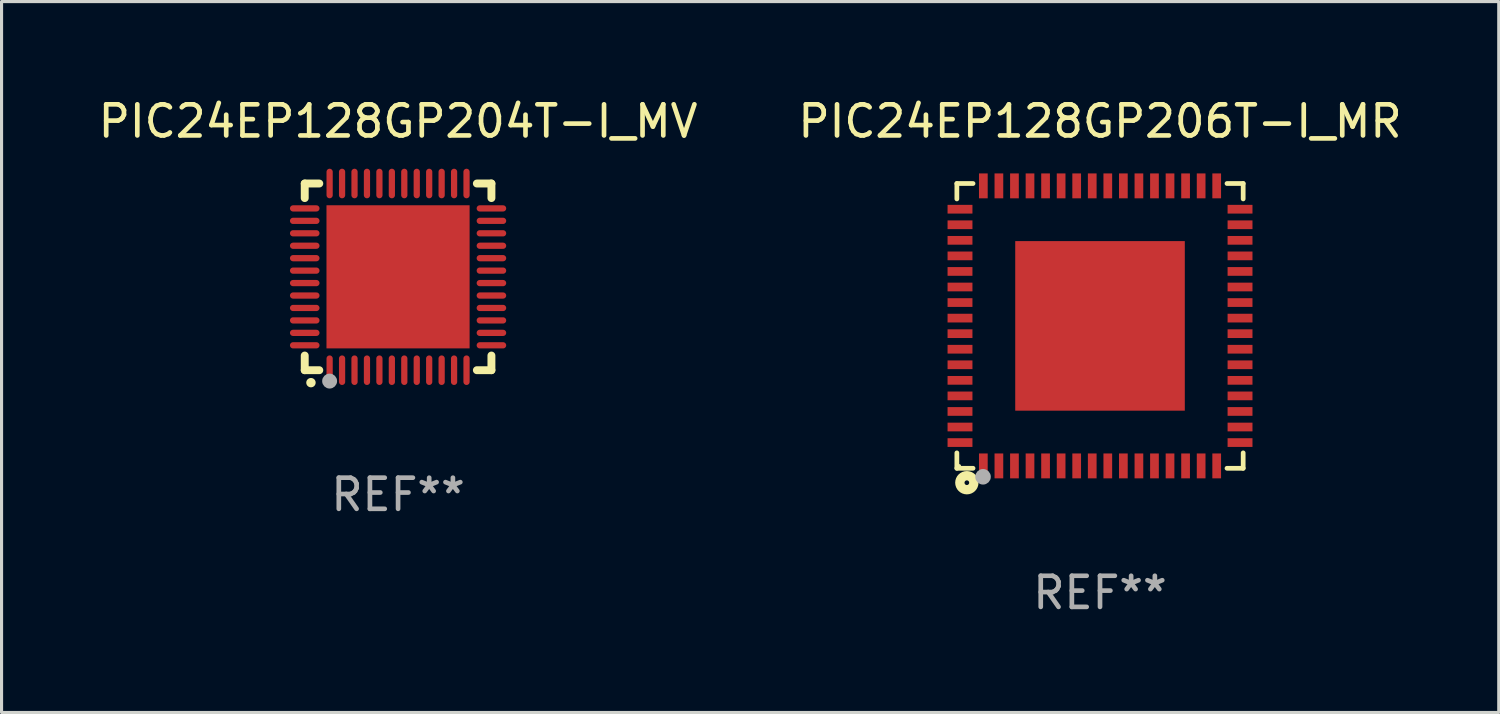
<source format=kicad_pcb>
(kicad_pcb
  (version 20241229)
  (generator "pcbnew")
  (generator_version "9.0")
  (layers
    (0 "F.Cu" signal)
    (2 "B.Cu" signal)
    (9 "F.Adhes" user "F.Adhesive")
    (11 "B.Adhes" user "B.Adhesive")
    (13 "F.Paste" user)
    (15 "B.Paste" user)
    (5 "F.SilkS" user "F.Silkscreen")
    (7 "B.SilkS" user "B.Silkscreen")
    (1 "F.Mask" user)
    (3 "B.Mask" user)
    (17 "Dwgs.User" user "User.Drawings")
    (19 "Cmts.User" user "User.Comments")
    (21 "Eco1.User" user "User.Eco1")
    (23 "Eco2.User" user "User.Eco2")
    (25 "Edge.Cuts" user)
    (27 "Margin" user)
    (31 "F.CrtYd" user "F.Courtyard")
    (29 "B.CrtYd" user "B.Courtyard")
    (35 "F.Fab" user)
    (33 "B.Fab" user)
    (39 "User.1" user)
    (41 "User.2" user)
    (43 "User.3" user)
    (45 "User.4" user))
  (footprint "PIC24EP128GP206T-I_MR"
    (layer "F.Cu")
    (at 32.304 7.424)
    (property "Reference" "PIC24EP128GP206T-I_MR" (at 0 -6.576 0) (layer "F.SilkS") (effects (font (size 1 1) (thickness 0.15))))
    (attr through_hole)
    (fp_line (start -4.601 -4.576) (end -4.081 -4.576) (stroke (width 0.152) (type solid)) (layer "F.SilkS"))
    (fp_line (start -4.601 -4.081) (end -4.601 -4.576) (stroke (width 0.152) (type solid)) (layer "F.SilkS"))
    (fp_line (start -4.601 4.081) (end -4.601 4.576) (stroke (width 0.152) (type solid)) (layer "F.SilkS"))
    (fp_line (start -4.601 4.576) (end -4.081 4.576) (stroke (width 0.152) (type solid)) (layer "F.SilkS"))
    (fp_line (start 4.601 -4.576) (end 4.081 -4.576) (stroke (width 0.152) (type solid)) (layer "F.SilkS"))
    (fp_line (start 4.601 -4.081) (end 4.601 -4.576) (stroke (width 0.152) (type solid)) (layer "F.SilkS"))
    (fp_line (start 4.601 4.081) (end 4.601 4.576) (stroke (width 0.152) (type solid)) (layer "F.SilkS"))
    (fp_line (start 4.601 4.576) (end 4.081 4.576) (stroke (width 0.152) (type solid)) (layer "F.SilkS"))
    (fp_circle (center -4.525 4.5) (end -4.495 4.5) (stroke (width 0.06) (type solid)) (fill no) (layer "F.SilkS"))
    (fp_circle (center -4.28 5.04) (end -4.205 5.04) (stroke (width 0.3) (type solid)) (fill no) (layer "F.SilkS"))
    (fp_circle (center -3.76 4.85) (end -3.635 4.85) (stroke (width 0.25) (type solid)) (fill no) (layer "F.Fab"))
    (fp_text user "REF**" (at 0 8.576 0) (layer "F.Fab") (effects (font (size 1 1) (thickness 0.15))))
    (pad "1" smd rect (at -3.75 4.5) (size 0.28 0.8) (layers "F.Cu" "F.Mask" "F.Paste"))
    (pad "2" smd rect (at -3.25 4.5) (size 0.28 0.8) (layers "F.Cu" "F.Mask" "F.Paste"))
    (pad "3" smd rect (at -2.75 4.5) (size 0.28 0.8) (layers "F.Cu" "F.Mask" "F.Paste"))
    (pad "4" smd rect (at -2.25 4.5) (size 0.28 0.8) (layers "F.Cu" "F.Mask" "F.Paste"))
    (pad "5" smd rect (at -1.75 4.5) (size 0.28 0.8) (layers "F.Cu" "F.Mask" "F.Paste"))
    (pad "6" smd rect (at -1.25 4.5) (size 0.28 0.8) (layers "F.Cu" "F.Mask" "F.Paste"))
    (pad "7" smd rect (at -0.75 4.5) (size 0.28 0.8) (layers "F.Cu" "F.Mask" "F.Paste"))
    (pad "8" smd rect (at -0.25 4.5) (size 0.28 0.8) (layers "F.Cu" "F.Mask" "F.Paste"))
    (pad "9" smd rect (at 0.25 4.5) (size 0.28 0.8) (layers "F.Cu" "F.Mask" "F.Paste"))
    (pad "10" smd rect (at 0.75 4.5) (size 0.28 0.8) (layers "F.Cu" "F.Mask" "F.Paste"))
    (pad "11" smd rect (at 1.25 4.5) (size 0.28 0.8) (layers "F.Cu" "F.Mask" "F.Paste"))
    (pad "12" smd rect (at 1.75 4.5) (size 0.28 0.8) (layers "F.Cu" "F.Mask" "F.Paste"))
    (pad "13" smd rect (at 2.25 4.5) (size 0.28 0.8) (layers "F.Cu" "F.Mask" "F.Paste"))
    (pad "14" smd rect (at 2.75 4.5) (size 0.28 0.8) (layers "F.Cu" "F.Mask" "F.Paste"))
    (pad "15" smd rect (at 3.25 4.5) (size 0.28 0.8) (layers "F.Cu" "F.Mask" "F.Paste"))
    (pad "16" smd rect (at 3.75 4.5) (size 0.28 0.8) (layers "F.Cu" "F.Mask" "F.Paste"))
    (pad "17" smd rect (at 4.5 3.75) (size 0.8 0.28) (layers "F.Cu" "F.Mask" "F.Paste"))
    (pad "18" smd rect (at 4.5 3.25) (size 0.8 0.28) (layers "F.Cu" "F.Mask" "F.Paste"))
    (pad "19" smd rect (at 4.5 2.75) (size 0.8 0.28) (layers "F.Cu" "F.Mask" "F.Paste"))
    (pad "20" smd rect (at 4.5 2.25) (size 0.8 0.28) (layers "F.Cu" "F.Mask" "F.Paste"))
    (pad "21" smd rect (at 4.5 1.75) (size 0.8 0.28) (layers "F.Cu" "F.Mask" "F.Paste"))
    (pad "22" smd rect (at 4.5 1.25) (size 0.8 0.28) (layers "F.Cu" "F.Mask" "F.Paste"))
    (pad "23" smd rect (at 4.5 0.75) (size 0.8 0.28) (layers "F.Cu" "F.Mask" "F.Paste"))
    (pad "24" smd rect (at 4.5 0.25) (size 0.8 0.28) (layers "F.Cu" "F.Mask" "F.Paste"))
    (pad "25" smd rect (at 4.5 -0.25) (size 0.8 0.28) (layers "F.Cu" "F.Mask" "F.Paste"))
    (pad "26" smd rect (at 4.5 -0.75) (size 0.8 0.28) (layers "F.Cu" "F.Mask" "F.Paste"))
    (pad "27" smd rect (at 4.5 -1.25) (size 0.8 0.28) (layers "F.Cu" "F.Mask" "F.Paste"))
    (pad "28" smd rect (at 4.5 -1.75) (size 0.8 0.28) (layers "F.Cu" "F.Mask" "F.Paste"))
    (pad "29" smd rect (at 4.5 -2.25) (size 0.8 0.28) (layers "F.Cu" "F.Mask" "F.Paste"))
    (pad "30" smd rect (at 4.5 -2.75) (size 0.8 0.28) (layers "F.Cu" "F.Mask" "F.Paste"))
    (pad "31" smd rect (at 4.5 -3.25) (size 0.8 0.28) (layers "F.Cu" "F.Mask" "F.Paste"))
    (pad "32" smd rect (at 4.5 -3.75) (size 0.8 0.28) (layers "F.Cu" "F.Mask" "F.Paste"))
    (pad "33" smd rect (at 3.75 -4.5) (size 0.28 0.8) (layers "F.Cu" "F.Mask" "F.Paste"))
    (pad "34" smd rect (at 3.25 -4.5) (size 0.28 0.8) (layers "F.Cu" "F.Mask" "F.Paste"))
    (pad "35" smd rect (at 2.75 -4.5) (size 0.28 0.8) (layers "F.Cu" "F.Mask" "F.Paste"))
    (pad "36" smd rect (at 2.25 -4.5) (size 0.28 0.8) (layers "F.Cu" "F.Mask" "F.Paste"))
    (pad "37" smd rect (at 1.75 -4.5) (size 0.28 0.8) (layers "F.Cu" "F.Mask" "F.Paste"))
    (pad "38" smd rect (at 1.25 -4.5) (size 0.28 0.8) (layers "F.Cu" "F.Mask" "F.Paste"))
    (pad "39" smd rect (at 0.75 -4.5) (size 0.28 0.8) (layers "F.Cu" "F.Mask" "F.Paste"))
    (pad "40" smd rect (at 0.25 -4.5) (size 0.28 0.8) (layers "F.Cu" "F.Mask" "F.Paste"))
    (pad "41" smd rect (at -0.25 -4.5) (size 0.28 0.8) (layers "F.Cu" "F.Mask" "F.Paste"))
    (pad "42" smd rect (at -0.75 -4.5) (size 0.28 0.8) (layers "F.Cu" "F.Mask" "F.Paste"))
    (pad "43" smd rect (at -1.25 -4.5) (size 0.28 0.8) (layers "F.Cu" "F.Mask" "F.Paste"))
    (pad "44" smd rect (at -1.75 -4.5) (size 0.28 0.8) (layers "F.Cu" "F.Mask" "F.Paste"))
    (pad "45" smd rect (at -2.25 -4.5) (size 0.28 0.8) (layers "F.Cu" "F.Mask" "F.Paste"))
    (pad "46" smd rect (at -2.75 -4.5) (size 0.28 0.8) (layers "F.Cu" "F.Mask" "F.Paste"))
    (pad "47" smd rect (at -3.25 -4.5) (size 0.28 0.8) (layers "F.Cu" "F.Mask" "F.Paste"))
    (pad "48" smd rect (at -3.75 -4.5) (size 0.28 0.8) (layers "F.Cu" "F.Mask" "F.Paste"))
    (pad "49" smd rect (at -4.5 -3.75) (size 0.8 0.28) (layers "F.Cu" "F.Mask" "F.Paste"))
    (pad "50" smd rect (at -4.5 -3.25) (size 0.8 0.28) (layers "F.Cu" "F.Mask" "F.Paste"))
    (pad "51" smd rect (at -4.5 -2.75) (size 0.8 0.28) (layers "F.Cu" "F.Mask" "F.Paste"))
    (pad "52" smd rect (at -4.5 -2.25) (size 0.8 0.28) (layers "F.Cu" "F.Mask" "F.Paste"))
    (pad "53" smd rect (at -4.5 -1.75) (size 0.8 0.28) (layers "F.Cu" "F.Mask" "F.Paste"))
    (pad "54" smd rect (at -4.5 -1.25) (size 0.8 0.28) (layers "F.Cu" "F.Mask" "F.Paste"))
    (pad "55" smd rect (at -4.5 -0.75) (size 0.8 0.28) (layers "F.Cu" "F.Mask" "F.Paste"))
    (pad "56" smd rect (at -4.5 -0.25) (size 0.8 0.28) (layers "F.Cu" "F.Mask" "F.Paste"))
    (pad "57" smd rect (at -4.5 0.25) (size 0.8 0.28) (layers "F.Cu" "F.Mask" "F.Paste"))
    (pad "58" smd rect (at -4.5 0.75) (size 0.8 0.28) (layers "F.Cu" "F.Mask" "F.Paste"))
    (pad "59" smd rect (at -4.5 1.25) (size 0.8 0.28) (layers "F.Cu" "F.Mask" "F.Paste"))
    (pad "60" smd rect (at -4.5 1.75) (size 0.8 0.28) (layers "F.Cu" "F.Mask" "F.Paste"))
    (pad "61" smd rect (at -4.5 2.25) (size 0.8 0.28) (layers "F.Cu" "F.Mask" "F.Paste"))
    (pad "62" smd rect (at -4.5 2.75) (size 0.8 0.28) (layers "F.Cu" "F.Mask" "F.Paste"))
    (pad "63" smd rect (at -4.5 3.25) (size 0.8 0.28) (layers "F.Cu" "F.Mask" "F.Paste"))
    (pad "64" smd rect (at -4.5 3.75) (size 0.8 0.28) (layers "F.Cu" "F.Mask" "F.Paste"))
    (pad "65" smd rect (at 0 0) (size 5.45 5.45) (layers "F.Cu" "F.Mask" "F.Paste")))
  (footprint "PIC24EP128GP204T-I_MV"
    (layer "F.Cu")
    (at 9.744 5.848)
    (property "Reference" "PIC24EP128GP204T-I_MV" (at 0 -5 0) (layer "F.SilkS") (effects (font (size 1 1) (thickness 0.15))))
    (attr through_hole)
    (fp_line (start -3 -3) (end -2.532 -3) (stroke (width 0.254) (type solid)) (layer "F.SilkS"))
    (fp_line (start -3 -2.532) (end -3 -3) (stroke (width 0.254) (type solid)) (layer "F.SilkS"))
    (fp_line (start -3 3) (end -3 2.529) (stroke (width 0.254) (type solid)) (layer "F.SilkS"))
    (fp_line (start -2.532 3) (end -3 3) (stroke (width 0.254) (type solid)) (layer "F.SilkS"))
    (fp_line (start 2.532 -3) (end 3 -3) (stroke (width 0.254) (type solid)) (layer "F.SilkS"))
    (fp_line (start 3 -3) (end 3 -2.532) (stroke (width 0.254) (type solid)) (layer "F.SilkS"))
    (fp_line (start 3 2.529) (end 3 3) (stroke (width 0.254) (type solid)) (layer "F.SilkS"))
    (fp_line (start 3 3) (end 2.532 3) (stroke (width 0.254) (type solid)) (layer "F.SilkS"))
    (fp_arc (start -2.801295 3.400025) (mid -2.800025 3.40002) (end -2.798755 3.400025) (stroke (width 0.3) (type solid)) (layer "F.SilkS"))
    (fp_circle (center -3 3) (end -2.97 3) (stroke (width 0.06) (type solid)) (fill no) (layer "F.SilkS"))
    (fp_circle (center -2.2 3.35) (end -2.08 3.35) (stroke (width 0.24) (type solid)) (fill no) (layer "F.Fab"))
    (fp_text user "REF**" (at 0 7 0) (layer "F.Fab") (effects (font (size 1 1) (thickness 0.15))))
    (pad "1" smd oval (at -2.2 3) (size 0.2 0.95) (layers "F.Cu" "F.Mask" "F.Paste"))
    (pad "2" smd oval (at -1.8 3) (size 0.2 0.95) (layers "F.Cu" "F.Mask" "F.Paste"))
    (pad "3" smd oval (at -1.4 3) (size 0.2 0.95) (layers "F.Cu" "F.Mask" "F.Paste"))
    (pad "4" smd oval (at -1 3) (size 0.2 0.95) (layers "F.Cu" "F.Mask" "F.Paste"))
    (pad "5" smd oval (at -0.6 3) (size 0.2 0.95) (layers "F.Cu" "F.Mask" "F.Paste"))
    (pad "6" smd oval (at -0.2 3) (size 0.2 0.95) (layers "F.Cu" "F.Mask" "F.Paste"))
    (pad "7" smd oval (at 0.2 3) (size 0.2 0.95) (layers "F.Cu" "F.Mask" "F.Paste"))
    (pad "8" smd oval (at 0.6 3) (size 0.2 0.95) (layers "F.Cu" "F.Mask" "F.Paste"))
    (pad "9" smd oval (at 1 3) (size 0.2 0.95) (layers "F.Cu" "F.Mask" "F.Paste"))
    (pad "10" smd oval (at 1.4 3) (size 0.2 0.95) (layers "F.Cu" "F.Mask" "F.Paste"))
    (pad "11" smd oval (at 1.8 3) (size 0.2 0.95) (layers "F.Cu" "F.Mask" "F.Paste"))
    (pad "12" smd oval (at 2.2 3) (size 0.2 0.95) (layers "F.Cu" "F.Mask" "F.Paste"))
    (pad "13" smd oval (at 3 2.2 90) (size 0.2 0.95) (layers "F.Cu" "F.Mask" "F.Paste"))
    (pad "14" smd oval (at 3 1.8 90) (size 0.2 0.95) (layers "F.Cu" "F.Mask" "F.Paste"))
    (pad "15" smd oval (at 3 1.4 90) (size 0.2 0.95) (layers "F.Cu" "F.Mask" "F.Paste"))
    (pad "16" smd oval (at 3 1 90) (size 0.2 0.95) (layers "F.Cu" "F.Mask" "F.Paste"))
    (pad "17" smd oval (at 3 0.6 90) (size 0.2 0.95) (layers "F.Cu" "F.Mask" "F.Paste"))
    (pad "18" smd oval (at 3 0.2 90) (size 0.2 0.95) (layers "F.Cu" "F.Mask" "F.Paste"))
    (pad "19" smd oval (at 3 -0.2 90) (size 0.2 0.95) (layers "F.Cu" "F.Mask" "F.Paste"))
    (pad "20" smd oval (at 3 -0.6 90) (size 0.2 0.95) (layers "F.Cu" "F.Mask" "F.Paste"))
    (pad "21" smd oval (at 3 -1 90) (size 0.2 0.95) (layers "F.Cu" "F.Mask" "F.Paste"))
    (pad "22" smd oval (at 3 -1.4 90) (size 0.2 0.95) (layers "F.Cu" "F.Mask" "F.Paste"))
    (pad "23" smd oval (at 3 -1.8 90) (size 0.2 0.95) (layers "F.Cu" "F.Mask" "F.Paste"))
    (pad "24" smd oval (at 3 -2.2 90) (size 0.2 0.95) (layers "F.Cu" "F.Mask" "F.Paste"))
    (pad "25" smd oval (at 2.2 -3 180) (size 0.2 0.95) (layers "F.Cu" "F.Mask" "F.Paste"))
    (pad "26" smd oval (at 1.8 -3 180) (size 0.2 0.95) (layers "F.Cu" "F.Mask" "F.Paste"))
    (pad "27" smd oval (at 1.4 -3 180) (size 0.2 0.95) (layers "F.Cu" "F.Mask" "F.Paste"))
    (pad "28" smd oval (at 1 -3 180) (size 0.2 0.95) (layers "F.Cu" "F.Mask" "F.Paste"))
    (pad "29" smd oval (at 0.6 -3 180) (size 0.2 0.95) (layers "F.Cu" "F.Mask" "F.Paste"))
    (pad "30" smd oval (at 0.2 -3 180) (size 0.2 0.95) (layers "F.Cu" "F.Mask" "F.Paste"))
    (pad "31" smd oval (at -0.2 -3 180) (size 0.2 0.95) (layers "F.Cu" "F.Mask" "F.Paste"))
    (pad "32" smd oval (at -0.6 -3 180) (size 0.2 0.95) (layers "F.Cu" "F.Mask" "F.Paste"))
    (pad "33" smd oval (at -1 -3 180) (size 0.2 0.95) (layers "F.Cu" "F.Mask" "F.Paste"))
    (pad "34" smd oval (at -1.4 -3 180) (size 0.2 0.95) (layers "F.Cu" "F.Mask" "F.Paste"))
    (pad "35" smd oval (at -1.8 -3 180) (size 0.2 0.95) (layers "F.Cu" "F.Mask" "F.Paste"))
    (pad "36" smd oval (at -2.2 -3 180) (size 0.2 0.95) (layers "F.Cu" "F.Mask" "F.Paste"))
    (pad "37" smd oval (at -3 -2.2 270) (size 0.2 0.95) (layers "F.Cu" "F.Mask" "F.Paste"))
    (pad "38" smd oval (at -3 -1.8 270) (size 0.2 0.95) (layers "F.Cu" "F.Mask" "F.Paste"))
    (pad "39" smd oval (at -3 -1.4 270) (size 0.2 0.95) (layers "F.Cu" "F.Mask" "F.Paste"))
    (pad "40" smd oval (at -3 -1 270) (size 0.2 0.95) (layers "F.Cu" "F.Mask" "F.Paste"))
    (pad "41" smd oval (at -3 -0.6 270) (size 0.2 0.95) (layers "F.Cu" "F.Mask" "F.Paste"))
    (pad "42" smd oval (at -3 -0.2 270) (size 0.2 0.95) (layers "F.Cu" "F.Mask" "F.Paste"))
    (pad "43" smd oval (at -3 0.2 270) (size 0.2 0.95) (layers "F.Cu" "F.Mask" "F.Paste"))
    (pad "44" smd oval (at -3 0.6 270) (size 0.2 0.95) (layers "F.Cu" "F.Mask" "F.Paste"))
    (pad "45" smd oval (at -3 1 270) (size 0.2 0.95) (layers "F.Cu" "F.Mask" "F.Paste"))
    (pad "46" smd oval (at -3 1.4 270) (size 0.2 0.95) (layers "F.Cu" "F.Mask" "F.Paste"))
    (pad "47" smd oval (at -3 1.8 270) (size 0.2 0.95) (layers "F.Cu" "F.Mask" "F.Paste"))
    (pad "48" smd oval (at -3 2.2 270) (size 0.2 0.95) (layers "F.Cu" "F.Mask" "F.Paste"))
    (pad "49" smd rect (at -0.001 -0.001 180) (size 4.6 4.6) (layers "F.Cu" "F.Mask" "F.Paste")))
  (gr_rect
    (start -3 -3)
    (end 45.119 19.849)
    (stroke (width 0.1) (type default))
    (fill no)
    (layer "Edge.Cuts")))
</source>
